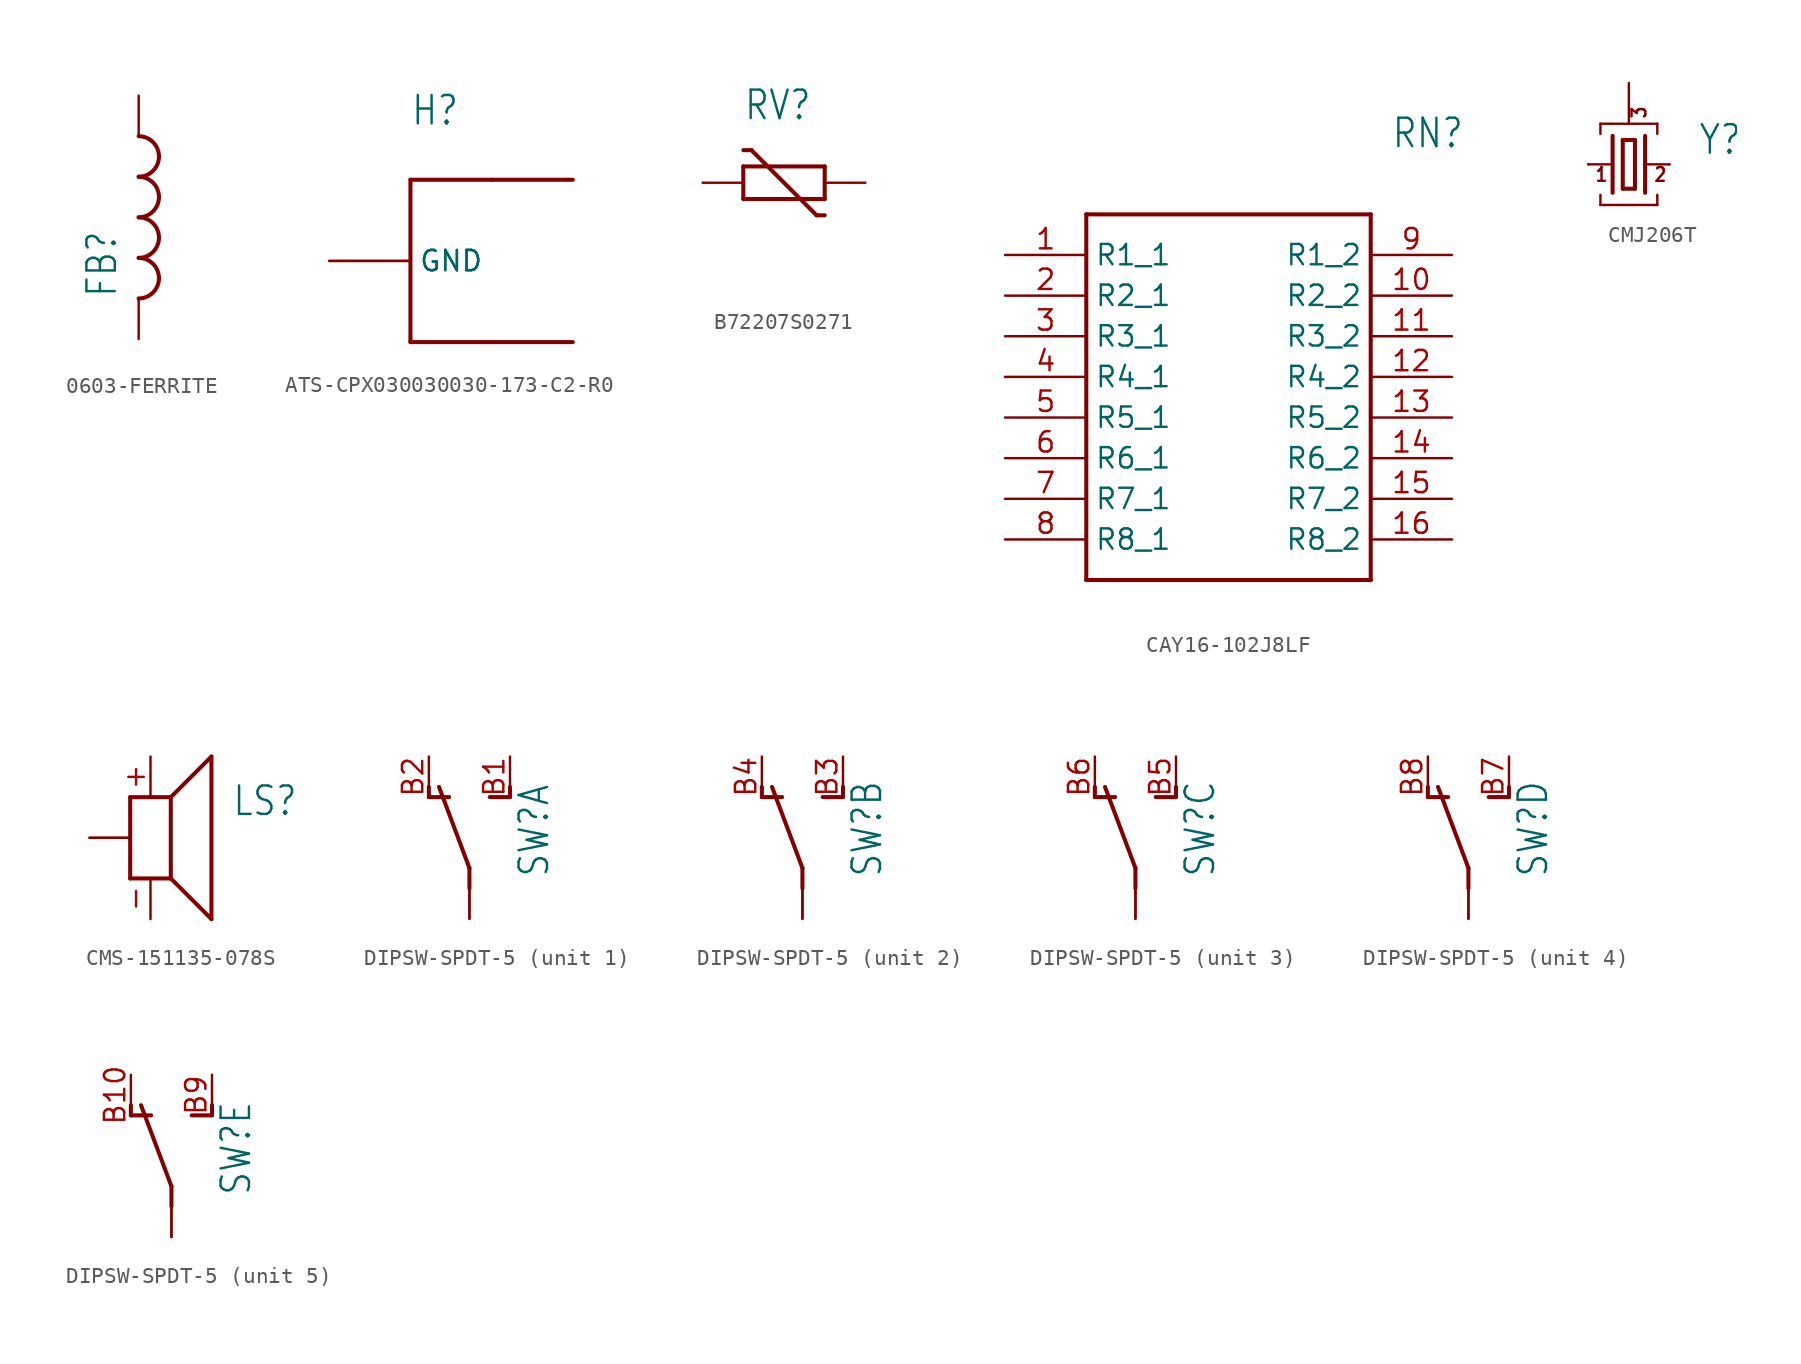
<source format=kicad_sym>
(kicad_symbol_lib
  (version 20231120)
  (generator "kicad_symbol_editor")
  (generator_version "8.0")
  (symbol "0603-FERRITE"
    (property "Reference" "FB"
      (at -1.27 -5.08 90)
      (effects (font (size 1.778 1.511)) (justify left bottom)))
    (property "Value" ""
      (at 3.81 -5.08 90)
      (effects (font (size 1.778 1.511)) (justify left bottom)))
    (property "ki_locked" ""
      (at 0 0 0)
      (effects (font (size 1.27 1.27))))
    (symbol "0603-FERRITE_1_0"
      (arc (start 0 -5.08) (mid 0.898 -4.708) (end 1.27 -3.81) (stroke (width 0.254) (type solid)) (fill (type none)))
      (arc (start 0 -2.54) (mid 0.898 -2.168) (end 1.27 -1.27) (stroke (width 0.254) (type solid)) (fill (type none)))
      (arc (start 0 0) (mid 0.898 0.372) (end 1.27 1.27) (stroke (width 0.254) (type solid)) (fill (type none)))
      (arc (start 0 2.54) (mid 0.898 2.912) (end 1.27 3.81) (stroke (width 0.254) (type solid)) (fill (type none)))
      (arc (start 1.27 -3.81) (mid 0.898 -2.912) (end 0 -2.54) (stroke (width 0.254) (type solid)) (fill (type none)))
      (arc (start 1.27 -1.27) (mid 0.898 -0.372) (end 0 0) (stroke (width 0.254) (type solid)) (fill (type none)))
      (arc (start 1.27 1.27) (mid 0.898 2.168) (end 0 2.54) (stroke (width 0.254) (type solid)) (fill (type none)))
      (arc (start 1.27 3.81) (mid 0.898 4.708) (end 0 5.08) (stroke (width 0.254) (type solid)) (fill (type none)))
      (pin passive line (at 0 7.62 270) (length 2.54) (name "1" (effects (font (size 0 0)))) (number "1" (effects (font (size 0 0)))))
      (pin passive line (at 0 -7.62 90) (length 2.54) (name "2" (effects (font (size 0 0)))) (number "2" (effects (font (size 0 0)))))))
  (symbol "ATS-CPX030030030-173-C2-R0"
    (property "Reference" "H"
      (at -2.54 8.382 0)
      (effects (font (size 1.778 1.511)) (justify left bottom)))
    (property "Value" ""
      (at -2.54 5.842 0)
      (effects (font (size 1.778 1.511)) (justify left bottom)))
    (property "ki_locked" ""
      (at 0 0 0)
      (effects (font (size 1.27 1.27))))
    (symbol "ATS-CPX030030030-173-C2-R0_1_0"
      (polyline (pts (xy -2.54 -5.08) (xy 2.54 -5.08)) (stroke (width 0.254) (type solid)) (fill (type none)))
      (polyline (pts (xy -2.54 5.08) (xy -2.54 -5.08)) (stroke (width 0.254) (type solid)) (fill (type none)))
      (polyline (pts (xy -2.54 5.08) (xy 2.54 5.08)) (stroke (width 0.254) (type solid)) (fill (type none)))
      (polyline (pts (xy 2.54 -5.08) (xy 7.62 -5.08)) (stroke (width 0.254) (type solid)) (fill (type none)))
      (polyline (pts (xy 2.54 5.08) (xy 7.62 5.08)) (stroke (width 0.254) (type solid)) (fill (type none)))
      (pin bidirectional line (at -7.62 0 0) (length 5.08) (name "GND" (effects (font (size 1.27 1.27)))) (number "H1" (effects (font (size 0 0)))))
      (pin bidirectional line (at -7.62 0 0) (length 5.08) (name "GND" (effects (font (size 1.27 1.27)))) (number "H2" (effects (font (size 0 0)))))))
  (symbol "B72207S0271"
    (property "Reference" "RV"
      (at -2.54 3.81 0)
      (effects (font (size 1.778 1.511)) (justify left bottom)))
    (property "Value" ""
      (at -2.54 -6.35 0)
      (effects (font (size 1.778 1.511)) (justify left bottom)))
    (property "ki_locked" ""
      (at 0 0 0)
      (effects (font (size 1.27 1.27))))
    (symbol "B72207S0271_1_0"
      (polyline (pts (xy -2.54 -1.016) (xy -2.54 1.016)) (stroke (width 0.254) (type solid)) (fill (type none)))
      (polyline (pts (xy -2.54 1.016) (xy 2.54 1.016)) (stroke (width 0.254) (type solid)) (fill (type none)))
      (polyline (pts (xy -2.032 2.032) (xy -2.54 2.032)) (stroke (width 0.254) (type solid)) (fill (type none)))
      (polyline (pts (xy 2.032 -2.032) (xy -2.032 2.032)) (stroke (width 0.254) (type solid)) (fill (type none)))
      (polyline (pts (xy 2.54 -2.032) (xy 2.032 -2.032)) (stroke (width 0.254) (type solid)) (fill (type none)))
      (polyline (pts (xy 2.54 -1.016) (xy -2.54 -1.016)) (stroke (width 0.254) (type solid)) (fill (type none)))
      (polyline (pts (xy 2.54 1.016) (xy 2.54 -1.016)) (stroke (width 0.254) (type solid)) (fill (type none)))
      (pin passive line (at 5.08 0 180) (length 2.54) (name "1" (effects (font (size 0 0)))) (number "1" (effects (font (size 0 0)))))
      (pin passive line (at -5.08 0 0) (length 2.54) (name "2" (effects (font (size 0 0)))) (number "2" (effects (font (size 0 0)))))))
  (symbol "CAY16-102J8LF"
    (property "Reference" "RN"
      (at 11.43 15.24 0)
      (effects (font (size 1.778 1.511)) (justify left)))
    (property "Value" ""
      (at 11.43 12.7 0)
      (effects (font (size 1.778 1.511)) (justify left)))
    (property "ki_locked" ""
      (at 0 0 0)
      (effects (font (size 1.27 1.27))))
    (symbol "CAY16-102J8LF_1_0"
      (polyline (pts (xy -7.62 10.16) (xy -7.62 -12.7)) (stroke (width 0.254) (type solid)) (fill (type none)))
      (polyline (pts (xy -7.62 10.16) (xy 10.16 10.16)) (stroke (width 0.254) (type solid)) (fill (type none)))
      (polyline (pts (xy 10.16 -12.7) (xy -7.62 -12.7)) (stroke (width 0.254) (type solid)) (fill (type none)))
      (polyline (pts (xy 10.16 -12.7) (xy 10.16 10.16)) (stroke (width 0.254) (type solid)) (fill (type none)))
      (pin bidirectional line (at -12.7 7.62 0) (length 5.08) (name "R1_1" (effects (font (size 1.27 1.27)))) (number "1" (effects (font (size 1.27 1.27)))))
      (pin bidirectional line (at 15.24 5.08 180) (length 5.08) (name "R2_2" (effects (font (size 1.27 1.27)))) (number "10" (effects (font (size 1.27 1.27)))))
      (pin bidirectional line (at 15.24 2.54 180) (length 5.08) (name "R3_2" (effects (font (size 1.27 1.27)))) (number "11" (effects (font (size 1.27 1.27)))))
      (pin bidirectional line (at 15.24 0 180) (length 5.08) (name "R4_2" (effects (font (size 1.27 1.27)))) (number "12" (effects (font (size 1.27 1.27)))))
      (pin bidirectional line (at 15.24 -2.54 180) (length 5.08) (name "R5_2" (effects (font (size 1.27 1.27)))) (number "13" (effects (font (size 1.27 1.27)))))
      (pin bidirectional line (at 15.24 -5.08 180) (length 5.08) (name "R6_2" (effects (font (size 1.27 1.27)))) (number "14" (effects (font (size 1.27 1.27)))))
      (pin bidirectional line (at 15.24 -7.62 180) (length 5.08) (name "R7_2" (effects (font (size 1.27 1.27)))) (number "15" (effects (font (size 1.27 1.27)))))
      (pin bidirectional line (at 15.24 -10.16 180) (length 5.08) (name "R8_2" (effects (font (size 1.27 1.27)))) (number "16" (effects (font (size 1.27 1.27)))))
      (pin bidirectional line (at -12.7 5.08 0) (length 5.08) (name "R2_1" (effects (font (size 1.27 1.27)))) (number "2" (effects (font (size 1.27 1.27)))))
      (pin bidirectional line (at -12.7 2.54 0) (length 5.08) (name "R3_1" (effects (font (size 1.27 1.27)))) (number "3" (effects (font (size 1.27 1.27)))))
      (pin bidirectional line (at -12.7 0 0) (length 5.08) (name "R4_1" (effects (font (size 1.27 1.27)))) (number "4" (effects (font (size 1.27 1.27)))))
      (pin bidirectional line (at -12.7 -2.54 0) (length 5.08) (name "R5_1" (effects (font (size 1.27 1.27)))) (number "5" (effects (font (size 1.27 1.27)))))
      (pin bidirectional line (at -12.7 -5.08 0) (length 5.08) (name "R6_1" (effects (font (size 1.27 1.27)))) (number "6" (effects (font (size 1.27 1.27)))))
      (pin bidirectional line (at -12.7 -7.62 0) (length 5.08) (name "R7_1" (effects (font (size 1.27 1.27)))) (number "7" (effects (font (size 1.27 1.27)))))
      (pin bidirectional line (at -12.7 -10.16 0) (length 5.08) (name "R8_1" (effects (font (size 1.27 1.27)))) (number "8" (effects (font (size 1.27 1.27)))))
      (pin bidirectional line (at 15.24 7.62 180) (length 5.08) (name "R1_2" (effects (font (size 1.27 1.27)))) (number "9" (effects (font (size 1.27 1.27)))))))
  (symbol "CMJ206T"
    (property "Reference" "Y"
      (at 4.318 0.508 0)
      (effects (font (size 1.778 1.511)) (justify left bottom)))
    (property "Value" ""
      (at 4.318 -2.286 0)
      (effects (font (size 1.778 1.511)) (justify left bottom)))
    (property "ki_locked" ""
      (at 0 0 0)
      (effects (font (size 1.27 1.27))))
    (symbol "CMJ206T_1_0"
      (polyline (pts (xy -2.54 0) (xy -1.016 0)) (stroke (width 0.152) (type solid)) (fill (type none)))
      (polyline (pts (xy -1.778 -2.54) (xy -1.778 -1.905)) (stroke (width 0.152) (type solid)) (fill (type none)))
      (polyline (pts (xy -1.778 -2.54) (xy 1.778 -2.54)) (stroke (width 0.152) (type solid)) (fill (type none)))
      (polyline (pts (xy -1.778 1.905) (xy -1.778 2.54)) (stroke (width 0.152) (type solid)) (fill (type none)))
      (polyline (pts (xy -1.778 2.54) (xy 1.778 2.54)) (stroke (width 0.152) (type solid)) (fill (type none)))
      (polyline (pts (xy -1.016 1.778) (xy -1.016 -1.778)) (stroke (width 0.254) (type solid)) (fill (type none)))
      (polyline (pts (xy -0.381 -1.524) (xy 0.381 -1.524)) (stroke (width 0.254) (type solid)) (fill (type none)))
      (polyline (pts (xy -0.381 1.524) (xy -0.381 -1.524)) (stroke (width 0.254) (type solid)) (fill (type none)))
      (polyline (pts (xy 0.381 -1.524) (xy 0.381 1.524)) (stroke (width 0.254) (type solid)) (fill (type none)))
      (polyline (pts (xy 0.381 1.524) (xy -0.381 1.524)) (stroke (width 0.254) (type solid)) (fill (type none)))
      (polyline (pts (xy 1.016 0) (xy 2.54 0)) (stroke (width 0.152) (type solid)) (fill (type none)))
      (polyline (pts (xy 1.016 1.778) (xy 1.016 -1.778)) (stroke (width 0.254) (type solid)) (fill (type none)))
      (polyline (pts (xy 1.778 -1.905) (xy 1.778 -2.54)) (stroke (width 0.152) (type solid)) (fill (type none)))
      (polyline (pts (xy 1.778 2.54) (xy 1.778 1.905)) (stroke (width 0.152) (type solid)) (fill (type none)))
      (text "1" (at -2.159 -1.143 0) (effects (font (size 0.864 0.734)) (justify left bottom)))
      (text "2" (at 1.524 -1.143 0) (effects (font (size 0.864 0.734)) (justify left bottom)))
      (text "3" (at 1.143 2.794 900) (effects (font (size 0.864 0.734)) (justify left bottom)))
      (pin passive line (at -2.54 0 0) (length 0) (name "1" (effects (font (size 0 0)))) (number "1" (effects (font (size 0 0)))))
      (pin passive line (at 2.54 0 180) (length 0) (name "2" (effects (font (size 0 0)))) (number "2" (effects (font (size 0 0)))))
      (pin passive line (at 0 5.08 270) (length 2.54) (name "3" (effects (font (size 0 0)))) (number "GND" (effects (font (size 0 0)))))))
  (symbol "CMS-151135-078S"
    (property "Reference" "LS"
      (at 5.08 1.27 0)
      (effects (font (size 1.778 1.511)) (justify left bottom)))
    (property "Value" ""
      (at 5.08 -2.54 0)
      (effects (font (size 1.778 1.511)) (justify left bottom)))
    (property "ki_locked" ""
      (at 0 0 0)
      (effects (font (size 1.27 1.27))))
    (symbol "CMS-151135-078S_1_0"
      (polyline (pts (xy -1.27 -2.54) (xy 1.27 -2.54)) (stroke (width 0.254) (type solid)) (fill (type none)))
      (polyline (pts (xy -1.27 2.54) (xy -1.27 -2.54)) (stroke (width 0.254) (type solid)) (fill (type none)))
      (polyline (pts (xy 1.27 -2.54) (xy 1.27 2.54)) (stroke (width 0.254) (type solid)) (fill (type none)))
      (polyline (pts (xy 1.27 2.54) (xy -1.27 2.54)) (stroke (width 0.254) (type solid)) (fill (type none)))
      (polyline (pts (xy 1.27 2.54) (xy 3.81 5.08)) (stroke (width 0.254) (type solid)) (fill (type none)))
      (polyline (pts (xy 3.81 -5.08) (xy 1.27 -2.54)) (stroke (width 0.254) (type solid)) (fill (type none)))
      (polyline (pts (xy 3.81 5.08) (xy 3.81 -5.08)) (stroke (width 0.254) (type solid)) (fill (type none)))
      (pin passive line (at 0 5.08 270) (length 2.54) (name "1" (effects (font (size 0 0)))) (number "+" (effects (font (size 1.27 1.27)))))
      (pin passive line (at 0 -5.08 90) (length 2.54) (name "2" (effects (font (size 0 0)))) (number "-" (effects (font (size 1.27 1.27)))))
      (pin power_in line (at -3.81 0 0) (length 2.54) (name "P$1" (effects (font (size 0 0)))) (number "S1" (effects (font (size 0 0)))))
      (pin power_in line (at -3.81 0 0) (length 2.54) (name "P$1" (effects (font (size 0 0)))) (number "S2" (effects (font (size 0 0)))))))
  (symbol "DIPSW-SPDT-5"
    (property "Reference" "SW"
      (at 5.08 -2.54 90)
      (effects (font (size 1.778 1.511)) (justify left bottom)))
    (property "Value" ""
      (at 7.62 -2.54 90)
      (effects (font (size 1.778 1.511)) (justify left bottom)))
    (property "ki_locked" ""
      (at 0 0 0)
      (effects (font (size 1.27 1.27))))
    (symbol "DIPSW-SPDT-5_1_0"
      (polyline (pts (xy -2.54 2.54) (xy -2.54 3.175)) (stroke (width 0.254) (type solid)) (fill (type none)))
      (polyline (pts (xy -2.54 2.54) (xy -1.27 2.54)) (stroke (width 0.254) (type solid)) (fill (type none)))
      (polyline (pts (xy 0 -3.175) (xy 0 -1.905)) (stroke (width 0.254) (type solid)) (fill (type none)))
      (polyline (pts (xy 0 -1.905) (xy -1.905 3.175)) (stroke (width 0.254) (type solid)) (fill (type none)))
      (polyline (pts (xy 1.27 2.54) (xy 2.54 2.54)) (stroke (width 0.254) (type solid)) (fill (type none)))
      (polyline (pts (xy 2.54 2.54) (xy 2.54 3.175)) (stroke (width 0.254) (type solid)) (fill (type none)))
      (pin passive line (at 0 -5.08 90) (length 2.54) (name "P" (effects (font (size 0 0)))) (number "A1" (effects (font (size 0 0)))))
      (pin passive line (at 0 -5.08 90) (length 2.54) (name "P" (effects (font (size 0 0)))) (number "A2" (effects (font (size 0 0)))))
      (pin passive line (at 2.54 5.08 270) (length 2.54) (name "S" (effects (font (size 0 0)))) (number "B1" (effects (font (size 1.27 1.27)))))
      (pin passive line (at -2.54 5.08 270) (length 2.54) (name "O" (effects (font (size 0 0)))) (number "B2" (effects (font (size 1.27 1.27))))))
    (symbol "DIPSW-SPDT-5_2_0"
      (polyline (pts (xy -2.54 2.54) (xy -2.54 3.175)) (stroke (width 0.254) (type solid)) (fill (type none)))
      (polyline (pts (xy -2.54 2.54) (xy -1.27 2.54)) (stroke (width 0.254) (type solid)) (fill (type none)))
      (polyline (pts (xy 0 -3.175) (xy 0 -1.905)) (stroke (width 0.254) (type solid)) (fill (type none)))
      (polyline (pts (xy 0 -1.905) (xy -1.905 3.175)) (stroke (width 0.254) (type solid)) (fill (type none)))
      (polyline (pts (xy 1.27 2.54) (xy 2.54 2.54)) (stroke (width 0.254) (type solid)) (fill (type none)))
      (polyline (pts (xy 2.54 2.54) (xy 2.54 3.175)) (stroke (width 0.254) (type solid)) (fill (type none)))
      (pin passive line (at 0 -5.08 90) (length 2.54) (name "P" (effects (font (size 0 0)))) (number "A3" (effects (font (size 0 0)))))
      (pin passive line (at 0 -5.08 90) (length 2.54) (name "P" (effects (font (size 0 0)))) (number "A4" (effects (font (size 0 0)))))
      (pin passive line (at 2.54 5.08 270) (length 2.54) (name "S" (effects (font (size 0 0)))) (number "B3" (effects (font (size 1.27 1.27)))))
      (pin passive line (at -2.54 5.08 270) (length 2.54) (name "O" (effects (font (size 0 0)))) (number "B4" (effects (font (size 1.27 1.27))))))
    (symbol "DIPSW-SPDT-5_3_0"
      (polyline (pts (xy -2.54 2.54) (xy -2.54 3.175)) (stroke (width 0.254) (type solid)) (fill (type none)))
      (polyline (pts (xy -2.54 2.54) (xy -1.27 2.54)) (stroke (width 0.254) (type solid)) (fill (type none)))
      (polyline (pts (xy 0 -3.175) (xy 0 -1.905)) (stroke (width 0.254) (type solid)) (fill (type none)))
      (polyline (pts (xy 0 -1.905) (xy -1.905 3.175)) (stroke (width 0.254) (type solid)) (fill (type none)))
      (polyline (pts (xy 1.27 2.54) (xy 2.54 2.54)) (stroke (width 0.254) (type solid)) (fill (type none)))
      (polyline (pts (xy 2.54 2.54) (xy 2.54 3.175)) (stroke (width 0.254) (type solid)) (fill (type none)))
      (pin passive line (at 0 -5.08 90) (length 2.54) (name "P" (effects (font (size 0 0)))) (number "A5" (effects (font (size 0 0)))))
      (pin passive line (at 0 -5.08 90) (length 2.54) (name "P" (effects (font (size 0 0)))) (number "A6" (effects (font (size 0 0)))))
      (pin passive line (at 2.54 5.08 270) (length 2.54) (name "S" (effects (font (size 0 0)))) (number "B5" (effects (font (size 1.27 1.27)))))
      (pin passive line (at -2.54 5.08 270) (length 2.54) (name "O" (effects (font (size 0 0)))) (number "B6" (effects (font (size 1.27 1.27))))))
    (symbol "DIPSW-SPDT-5_4_0"
      (polyline (pts (xy -2.54 2.54) (xy -2.54 3.175)) (stroke (width 0.254) (type solid)) (fill (type none)))
      (polyline (pts (xy -2.54 2.54) (xy -1.27 2.54)) (stroke (width 0.254) (type solid)) (fill (type none)))
      (polyline (pts (xy 0 -3.175) (xy 0 -1.905)) (stroke (width 0.254) (type solid)) (fill (type none)))
      (polyline (pts (xy 0 -1.905) (xy -1.905 3.175)) (stroke (width 0.254) (type solid)) (fill (type none)))
      (polyline (pts (xy 1.27 2.54) (xy 2.54 2.54)) (stroke (width 0.254) (type solid)) (fill (type none)))
      (polyline (pts (xy 2.54 2.54) (xy 2.54 3.175)) (stroke (width 0.254) (type solid)) (fill (type none)))
      (pin passive line (at 0 -5.08 90) (length 2.54) (name "P" (effects (font (size 0 0)))) (number "A7" (effects (font (size 0 0)))))
      (pin passive line (at 0 -5.08 90) (length 2.54) (name "P" (effects (font (size 0 0)))) (number "A8" (effects (font (size 0 0)))))
      (pin passive line (at 2.54 5.08 270) (length 2.54) (name "S" (effects (font (size 0 0)))) (number "B7" (effects (font (size 1.27 1.27)))))
      (pin passive line (at -2.54 5.08 270) (length 2.54) (name "O" (effects (font (size 0 0)))) (number "B8" (effects (font (size 1.27 1.27))))))
    (symbol "DIPSW-SPDT-5_5_0"
      (polyline (pts (xy -2.54 2.54) (xy -2.54 3.175)) (stroke (width 0.254) (type solid)) (fill (type none)))
      (polyline (pts (xy -2.54 2.54) (xy -1.27 2.54)) (stroke (width 0.254) (type solid)) (fill (type none)))
      (polyline (pts (xy 0 -3.175) (xy 0 -1.905)) (stroke (width 0.254) (type solid)) (fill (type none)))
      (polyline (pts (xy 0 -1.905) (xy -1.905 3.175)) (stroke (width 0.254) (type solid)) (fill (type none)))
      (polyline (pts (xy 1.27 2.54) (xy 2.54 2.54)) (stroke (width 0.254) (type solid)) (fill (type none)))
      (polyline (pts (xy 2.54 2.54) (xy 2.54 3.175)) (stroke (width 0.254) (type solid)) (fill (type none)))
      (pin passive line (at 0 -5.08 90) (length 2.54) (name "P" (effects (font (size 0 0)))) (number "A10" (effects (font (size 0 0)))))
      (pin passive line (at 0 -5.08 90) (length 2.54) (name "P" (effects (font (size 0 0)))) (number "A9" (effects (font (size 0 0)))))
      (pin passive line (at -2.54 5.08 270) (length 2.54) (name "O" (effects (font (size 0 0)))) (number "B10" (effects (font (size 1.27 1.27)))))
      (pin passive line (at 2.54 5.08 270) (length 2.54) (name "S" (effects (font (size 0 0)))) (number "B9" (effects (font (size 1.27 1.27))))))))
</source>
